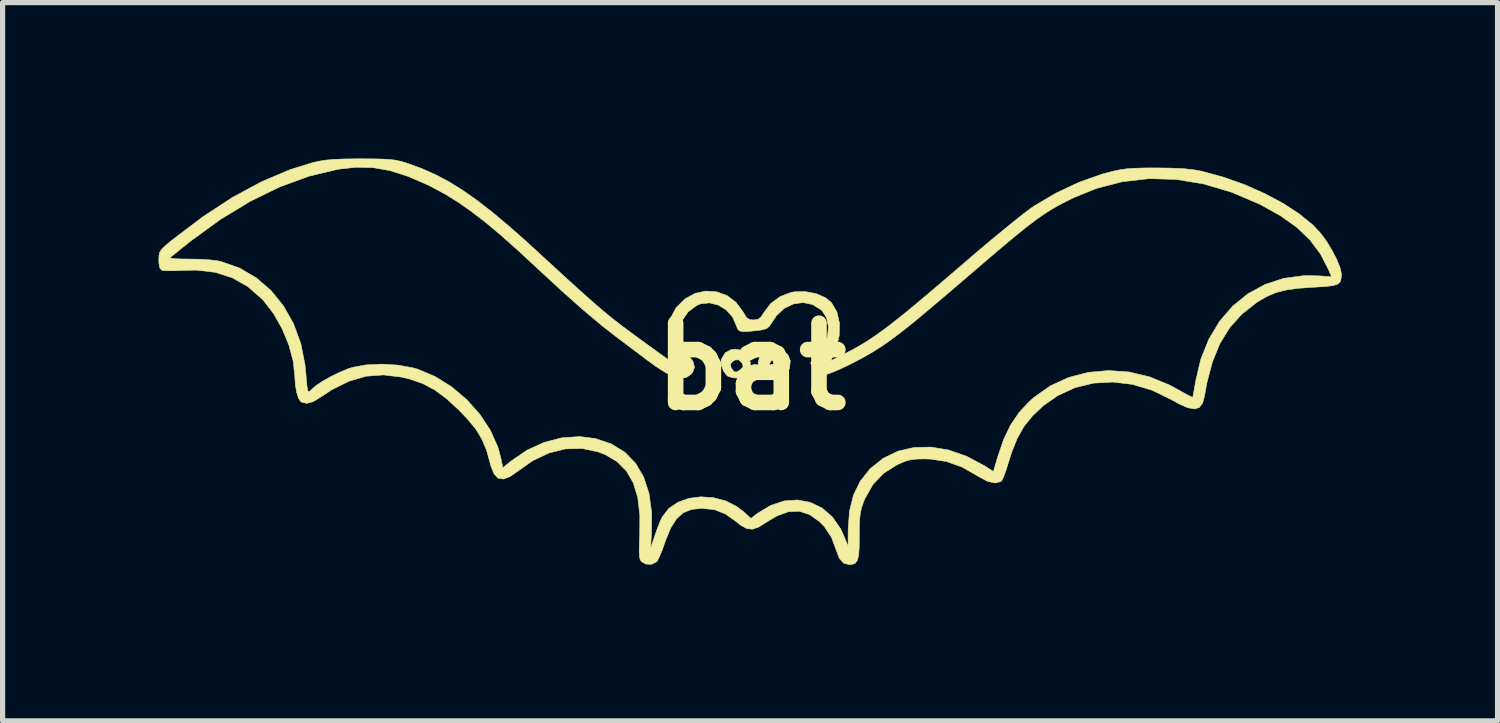
<source format=kicad_pcb>
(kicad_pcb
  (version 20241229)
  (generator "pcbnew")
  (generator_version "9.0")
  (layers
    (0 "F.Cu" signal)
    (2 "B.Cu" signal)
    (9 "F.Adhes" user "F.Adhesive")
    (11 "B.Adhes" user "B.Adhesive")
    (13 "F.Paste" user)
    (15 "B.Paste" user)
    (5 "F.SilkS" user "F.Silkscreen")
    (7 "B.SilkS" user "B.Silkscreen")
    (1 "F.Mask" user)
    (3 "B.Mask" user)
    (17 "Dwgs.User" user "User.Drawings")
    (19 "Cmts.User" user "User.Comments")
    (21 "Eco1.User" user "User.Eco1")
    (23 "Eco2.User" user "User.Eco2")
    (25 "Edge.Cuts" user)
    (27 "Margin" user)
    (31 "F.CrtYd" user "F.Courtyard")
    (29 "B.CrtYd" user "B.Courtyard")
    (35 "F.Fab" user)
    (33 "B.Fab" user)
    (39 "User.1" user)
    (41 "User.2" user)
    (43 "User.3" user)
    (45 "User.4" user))
  (footprint "bat"
    (layer "F.Cu")
    (at 11.398 4.002)
    (property "Reference" "bat" (at 0 0 0) (layer "F.SilkS") (effects (font (size 1.524 1.524) (thickness 0.3))))
    (attr through_hole)
    (fp_poly (pts (xy -0.16 -0.308) (xy -0.066 -0.222) (xy -0.015 -0.082) (xy -0.016 0.06) (xy -0.076 0.163) (xy -0.189 0.218) (xy -0.255 0.224) (xy -0.365 0.212) (xy -0.45 0.183) (xy -0.458 0.177) (xy -0.526 0.094) (xy -0.57 -0.018) (xy -0.572 -0.049) (xy -0.398 -0.049) (xy -0.386 0.014) (xy -0.377 0.031) (xy -0.329 0.098) (xy -0.276 0.103) (xy -0.203 0.058) (xy -0.154 0.004) (xy -0.168 -0.057) (xy -0.171 -0.061) (xy -0.234 -0.13) (xy -0.305 -0.128) (xy -0.352 -0.1) (xy -0.398 -0.049) (xy -0.572 -0.049) (xy -0.577 -0.122) (xy -0.572 -0.14) (xy -0.498 -0.265) (xy -0.382 -0.327) (xy -0.299 -0.336) (xy -0.16 -0.308)) (stroke (width 0.01) (type solid)) (fill yes) (layer "F.SilkS"))
    (fp_poly (pts (xy 0.605 -0.307) (xy 0.708 -0.228) (xy 0.755 -0.112) (xy 0.738 0.029) (xy 0.716 0.081) (xy 0.667 0.16) (xy 0.607 0.199) (xy 0.505 0.215) (xy 0.484 0.216) (xy 0.365 0.216) (xy 0.288 0.187) (xy 0.238 0.142) (xy 0.154 0.024) (xy 0.146 -0.016) (xy 0.342 -0.016) (xy 0.372 0.045) (xy 0.454 0.069) (xy 0.476 0.068) (xy 0.553 0.044) (xy 0.578 -0.016) (xy 0.579 -0.037) (xy 0.551 -0.114) (xy 0.485 -0.146) (xy 0.407 -0.125) (xy 0.375 -0.096) (xy 0.342 -0.016) (xy 0.146 -0.016) (xy 0.134 -0.082) (xy 0.167 -0.185) (xy 0.235 -0.279) (xy 0.329 -0.325) (xy 0.454 -0.336) (xy 0.605 -0.307)) (stroke (width 0.01) (type solid)) (fill yes) (layer "F.SilkS"))
    (fp_poly (pts (xy -7.267 -3.996) (xy -7.085 -3.992) (xy -6.947 -3.984) (xy -6.835 -3.97) (xy -6.735 -3.948) (xy -6.631 -3.917) (xy -6.589 -3.903) (xy -6.326 -3.806) (xy -6.071 -3.693) (xy -5.816 -3.558) (xy -5.554 -3.396) (xy -5.279 -3.203) (xy -4.982 -2.973) (xy -4.657 -2.701) (xy -4.297 -2.383) (xy -3.937 -2.052) (xy -3.729 -1.861) (xy -3.515 -1.665) (xy -3.31 -1.479) (xy -3.126 -1.315) (xy -2.979 -1.185) (xy -2.947 -1.158) (xy -2.833 -1.061) (xy -2.723 -0.97) (xy -2.609 -0.88) (xy -2.482 -0.781) (xy -2.33 -0.668) (xy -2.146 -0.533) (xy -1.919 -0.368) (xy -1.654 -0.177) (xy -1.514 -0.081) (xy -1.414 -0.021) (xy -1.361 -0.001) (xy -1.358 -0.023) (xy -1.39 -0.065) (xy -1.514 -0.258) (xy -1.581 -0.48) (xy -1.592 -0.712) (xy -1.547 -0.936) (xy -1.442 -1.133) (xy -1.442 -1.133) (xy -1.275 -1.3) (xy -1.081 -1.407) (xy -0.874 -1.453) (xy -0.664 -1.439) (xy -0.466 -1.368) (xy -0.292 -1.239) (xy -0.154 -1.053) (xy -0.145 -1.037) (xy -0.088 -0.944) (xy -0.027 -0.904) (xy 0.047 -0.897) (xy 0.134 -0.909) (xy 0.194 -0.957) (xy 0.243 -1.035) (xy 0.378 -1.213) (xy 0.563 -1.349) (xy 0.775 -1.429) (xy 0.836 -1.439) (xy 1.051 -1.442) (xy 1.256 -1.402) (xy 1.432 -1.325) (xy 1.546 -1.231) (xy 1.651 -1.05) (xy 1.701 -0.833) (xy 1.695 -0.592) (xy 1.633 -0.342) (xy 1.605 -0.272) (xy 1.536 -0.114) (xy 1.805 -0.249) (xy 1.953 -0.326) (xy 2.096 -0.406) (xy 2.239 -0.493) (xy 2.389 -0.593) (xy 2.552 -0.71) (xy 2.733 -0.848) (xy 2.939 -1.012) (xy 3.177 -1.208) (xy 3.452 -1.439) (xy 3.77 -1.71) (xy 4.138 -2.026) (xy 4.144 -2.032) (xy 4.391 -2.243) (xy 4.634 -2.447) (xy 4.864 -2.637) (xy 5.071 -2.805) (xy 5.247 -2.944) (xy 5.382 -3.046) (xy 5.444 -3.089) (xy 5.863 -3.336) (xy 6.303 -3.543) (xy 6.739 -3.698) (xy 6.817 -3.72) (xy 6.97 -3.76) (xy 7.104 -3.788) (xy 7.236 -3.806) (xy 7.386 -3.816) (xy 7.575 -3.821) (xy 7.788 -3.822) (xy 8.092 -3.818) (xy 8.336 -3.806) (xy 8.534 -3.783) (xy 8.665 -3.759) (xy 9.081 -3.646) (xy 9.489 -3.502) (xy 9.876 -3.331) (xy 10.233 -3.141) (xy 10.546 -2.937) (xy 10.806 -2.724) (xy 10.957 -2.563) (xy 11.071 -2.409) (xy 11.176 -2.236) (xy 11.265 -2.063) (xy 11.328 -1.909) (xy 11.354 -1.792) (xy 11.355 -1.781) (xy 11.35 -1.693) (xy 11.331 -1.63) (xy 11.285 -1.587) (xy 11.202 -1.56) (xy 11.07 -1.542) (xy 10.879 -1.53) (xy 10.806 -1.526) (xy 10.523 -1.506) (xy 10.296 -1.474) (xy 10.107 -1.427) (xy 9.937 -1.357) (xy 9.769 -1.261) (xy 9.715 -1.226) (xy 9.436 -1.005) (xy 9.205 -0.747) (xy 9.019 -0.444) (xy 8.874 -0.091) (xy 8.766 0.32) (xy 8.722 0.568) (xy 8.685 0.705) (xy 8.623 0.787) (xy 8.529 0.815) (xy 8.396 0.79) (xy 8.22 0.711) (xy 8.079 0.632) (xy 7.712 0.454) (xy 7.336 0.342) (xy 6.959 0.297) (xy 6.588 0.318) (xy 6.232 0.405) (xy 5.898 0.558) (xy 5.618 0.755) (xy 5.413 0.948) (xy 5.25 1.151) (xy 5.12 1.38) (xy 5.01 1.655) (xy 4.95 1.847) (xy 4.903 1.997) (xy 4.858 2.119) (xy 4.821 2.195) (xy 4.808 2.211) (xy 4.694 2.24) (xy 4.548 2.207) (xy 4.375 2.114) (xy 4.374 2.113) (xy 4.066 1.936) (xy 3.762 1.826) (xy 3.449 1.779) (xy 3.361 1.776) (xy 3.194 1.778) (xy 3.071 1.791) (xy 2.962 1.821) (xy 2.838 1.875) (xy 2.79 1.899) (xy 2.541 2.059) (xy 2.342 2.271) (xy 2.19 2.54) (xy 2.163 2.605) (xy 2.125 2.715) (xy 2.101 2.824) (xy 2.087 2.952) (xy 2.082 3.121) (xy 2.082 3.26) (xy 2.08 3.475) (xy 2.069 3.627) (xy 2.045 3.726) (xy 2.004 3.782) (xy 1.942 3.806) (xy 1.886 3.81) (xy 1.779 3.78) (xy 1.697 3.686) (xy 1.641 3.538) (xy 1.546 3.283) (xy 1.409 3.077) (xy 1.312 2.979) (xy 1.123 2.845) (xy 0.927 2.783) (xy 0.719 2.792) (xy 0.497 2.872) (xy 0.3 2.99) (xy 0.146 3.087) (xy 0.024 3.128) (xy -0.087 3.115) (xy -0.208 3.046) (xy -0.296 2.975) (xy -0.497 2.833) (xy -0.702 2.753) (xy -0.936 2.727) (xy -0.951 2.727) (xy -1.146 2.747) (xy -1.305 2.812) (xy -1.436 2.93) (xy -1.548 3.107) (xy -1.647 3.35) (xy -1.661 3.39) (xy -1.713 3.538) (xy -1.765 3.661) (xy -1.807 3.741) (xy -1.818 3.755) (xy -1.913 3.803) (xy -2.025 3.799) (xy -2.107 3.752) (xy -2.132 3.715) (xy -2.147 3.658) (xy -2.153 3.565) (xy -2.15 3.424) (xy -2.142 3.251) (xy -2.14 2.856) (xy -2.18 2.519) (xy -2.265 2.239) (xy -2.396 2.01) (xy -2.576 1.829) (xy -2.804 1.694) (xy -2.942 1.64) (xy -3.252 1.575) (xy -3.569 1.583) (xy -3.887 1.661) (xy -4.2 1.81) (xy -4.467 1.997) (xy -4.632 2.113) (xy -4.763 2.163) (xy -4.866 2.146) (xy -4.946 2.061) (xy -5.008 1.905) (xy -5.025 1.836) (xy -5.092 1.599) (xy -5.178 1.395) (xy -5.294 1.205) (xy -5.453 1.011) (xy -5.618 0.838) (xy -5.859 0.616) (xy -6.085 0.449) (xy -6.314 0.327) (xy -6.565 0.24) (xy -6.724 0.202) (xy -7.07 0.16) (xy -7.404 0.185) (xy -7.734 0.28) (xy -8.065 0.445) (xy -8.268 0.579) (xy -8.424 0.674) (xy -8.549 0.707) (xy -8.651 0.682) (xy -8.659 0.677) (xy -8.704 0.613) (xy -8.742 0.494) (xy -8.768 0.339) (xy -8.777 0.183) (xy -8.808 -0.106) (xy -8.892 -0.417) (xy -9.021 -0.728) (xy -9.185 -1.018) (xy -9.376 -1.267) (xy -9.409 -1.302) (xy -9.681 -1.539) (xy -9.978 -1.708) (xy -10.305 -1.813) (xy -10.668 -1.856) (xy -10.913 -1.852) (xy -11.076 -1.845) (xy -11.214 -1.844) (xy -11.308 -1.848) (xy -11.334 -1.853) (xy -11.374 -1.897) (xy -11.391 -1.995) (xy -11.393 -2.051) (xy -11.391 -2.093) (xy -11.18 -2.093) (xy -11.157 -2.082) (xy -11.074 -2.074) (xy -10.944 -2.07) (xy -10.806 -2.069) (xy -10.604 -2.065) (xy -10.41 -2.053) (xy -10.251 -2.033) (xy -10.197 -2.021) (xy -9.84 -1.896) (xy -9.518 -1.707) (xy -9.234 -1.463) (xy -8.995 -1.167) (xy -8.803 -0.827) (xy -8.663 -0.448) (xy -8.581 -0.036) (xy -8.564 0.14) (xy -8.552 0.29) (xy -8.538 0.408) (xy -8.523 0.475) (xy -8.516 0.486) (xy -8.472 0.46) (xy -8.44 0.427) (xy -8.362 0.36) (xy -8.235 0.278) (xy -8.077 0.19) (xy -7.91 0.108) (xy -7.754 0.043) (xy -7.676 0.017) (xy -7.411 -0.033) (xy -7.108 -0.048) (xy -6.797 -0.029) (xy -6.507 0.023) (xy -6.414 0.049) (xy -6.077 0.191) (xy -5.759 0.39) (xy -5.47 0.635) (xy -5.219 0.916) (xy -5.016 1.223) (xy -4.872 1.545) (xy -4.817 1.744) (xy -4.775 1.946) (xy -4.619 1.819) (xy -4.312 1.609) (xy -3.982 1.458) (xy -3.639 1.369) (xy -3.297 1.346) (xy -2.993 1.384) (xy -2.685 1.489) (xy -2.427 1.648) (xy -2.221 1.861) (xy -2.066 2.126) (xy -1.963 2.442) (xy -1.913 2.808) (xy -1.914 3.153) (xy -1.932 3.493) (xy -1.851 3.25) (xy -1.8 3.106) (xy -1.747 2.975) (xy -1.711 2.895) (xy -1.584 2.731) (xy -1.409 2.611) (xy -1.199 2.535) (xy -0.968 2.505) (xy -0.727 2.521) (xy -0.49 2.583) (xy -0.271 2.694) (xy -0.146 2.79) (xy -0.003 2.92) (xy 0.122 2.824) (xy 0.377 2.67) (xy 0.637 2.584) (xy 0.894 2.566) (xy 1.14 2.612) (xy 1.365 2.72) (xy 1.562 2.89) (xy 1.72 3.117) (xy 1.775 3.234) (xy 1.866 3.455) (xy 1.867 3.138) (xy 1.893 2.779) (xy 1.97 2.471) (xy 2.1 2.204) (xy 2.286 1.97) (xy 2.296 1.96) (xy 2.545 1.762) (xy 2.826 1.627) (xy 3.134 1.556) (xy 3.461 1.548) (xy 3.801 1.605) (xy 4.147 1.725) (xy 4.493 1.91) (xy 4.544 1.942) (xy 4.661 2.019) (xy 4.741 1.747) (xy 4.856 1.409) (xy 4.99 1.127) (xy 5.152 0.887) (xy 5.352 0.672) (xy 5.445 0.59) (xy 5.761 0.368) (xy 6.111 0.208) (xy 6.486 0.111) (xy 6.876 0.076) (xy 7.272 0.104) (xy 7.666 0.197) (xy 8.048 0.354) (xy 8.162 0.415) (xy 8.299 0.492) (xy 8.409 0.552) (xy 8.478 0.586) (xy 8.495 0.59) (xy 8.504 0.551) (xy 8.521 0.456) (xy 8.544 0.324) (xy 8.55 0.287) (xy 8.651 -0.143) (xy 8.807 -0.53) (xy 9.013 -0.872) (xy 9.264 -1.163) (xy 9.557 -1.4) (xy 9.886 -1.58) (xy 10.247 -1.698) (xy 10.636 -1.75) (xy 10.915 -1.746) (xy 11.165 -1.728) (xy 11.109 -1.863) (xy 10.953 -2.166) (xy 10.751 -2.437) (xy 10.494 -2.682) (xy 10.176 -2.907) (xy 9.792 -3.12) (xy 9.249 -3.353) (xy 8.71 -3.513) (xy 8.178 -3.601) (xy 7.654 -3.615) (xy 7.139 -3.557) (xy 6.636 -3.425) (xy 6.206 -3.25) (xy 6.045 -3.17) (xy 5.898 -3.093) (xy 5.759 -3.013) (xy 5.619 -2.922) (xy 5.469 -2.816) (xy 5.301 -2.688) (xy 5.108 -2.533) (xy 4.881 -2.344) (xy 4.613 -2.117) (xy 4.389 -1.925) (xy 4.05 -1.634) (xy 3.762 -1.388) (xy 3.517 -1.181) (xy 3.311 -1.007) (xy 3.137 -0.863) (xy 2.988 -0.743) (xy 2.859 -0.642) (xy 2.744 -0.555) (xy 2.636 -0.477) (xy 2.53 -0.403) (xy 2.487 -0.375) (xy 2.314 -0.266) (xy 2.116 -0.154) (xy 1.909 -0.046) (xy 1.711 0.048) (xy 1.538 0.121) (xy 1.41 0.163) (xy 1.398 0.166) (xy 1.319 0.174) (xy 1.267 0.145) (xy 1.215 0.062) (xy 1.214 0.06) (xy 1.144 -0.069) (xy 1.28 -0.219) (xy 1.401 -0.393) (xy 1.471 -0.581) (xy 1.488 -0.768) (xy 1.453 -0.938) (xy 1.363 -1.077) (xy 1.349 -1.091) (xy 1.182 -1.194) (xy 1.001 -1.232) (xy 0.816 -1.206) (xy 0.64 -1.121) (xy 0.487 -0.978) (xy 0.408 -0.861) (xy 0.352 -0.775) (xy 0.291 -0.728) (xy 0.197 -0.704) (xy 0.136 -0.696) (xy -0.038 -0.677) (xy -0.152 -0.673) (xy -0.221 -0.686) (xy -0.258 -0.719) (xy -0.279 -0.775) (xy -0.279 -0.775) (xy -0.355 -0.951) (xy -0.477 -1.09) (xy -0.631 -1.184) (xy -0.801 -1.226) (xy -0.972 -1.207) (xy -1.043 -1.178) (xy -1.21 -1.054) (xy -1.321 -0.893) (xy -1.372 -0.709) (xy -1.362 -0.516) (xy -1.288 -0.33) (xy -1.212 -0.227) (xy -1.116 -0.096) (xy -1.088 0.014) (xy -1.126 0.113) (xy -1.158 0.149) (xy -1.245 0.209) (xy -1.35 0.225) (xy -1.479 0.195) (xy -1.64 0.118) (xy -1.839 -0.009) (xy -2.054 -0.167) (xy -2.177 -0.26) (xy -2.334 -0.379) (xy -2.5 -0.503) (xy -2.577 -0.561) (xy -2.882 -0.799) (xy -3.232 -1.093) (xy -3.625 -1.442) (xy -4.06 -1.843) (xy -4.116 -1.895) (xy -4.484 -2.236) (xy -4.811 -2.527) (xy -5.106 -2.774) (xy -5.378 -2.983) (xy -5.633 -3.162) (xy -5.882 -3.316) (xy -6.132 -3.451) (xy -6.219 -3.495) (xy -6.596 -3.659) (xy -6.94 -3.769) (xy -7.269 -3.827) (xy -7.596 -3.835) (xy -7.939 -3.797) (xy -7.946 -3.796) (xy -8.502 -3.663) (xy -9.066 -3.457) (xy -9.636 -3.179) (xy -10.21 -2.83) (xy -10.785 -2.412) (xy -10.843 -2.365) (xy -10.973 -2.261) (xy -11.082 -2.173) (xy -11.156 -2.113) (xy -11.18 -2.093) (xy -11.391 -2.093) (xy -11.39 -2.138) (xy -11.375 -2.202) (xy -11.335 -2.261) (xy -11.259 -2.333) (xy -11.141 -2.431) (xy -10.553 -2.877) (xy -9.979 -3.253) (xy -9.417 -3.556) (xy -8.87 -3.788) (xy -8.436 -3.923) (xy -8.306 -3.952) (xy -8.171 -3.973) (xy -8.014 -3.987) (xy -7.819 -3.994) (xy -7.57 -3.997) (xy -7.508 -3.997) (xy -7.267 -3.996)) (stroke (width 0.01) (type solid)) (fill yes) (layer "F.SilkS")))
  (gr_rect
    (start -3 -3)
    (end 25.757 10.817)
    (stroke (width 0.1) (type default))
    (fill no)
    (layer "Edge.Cuts")))
</source>
